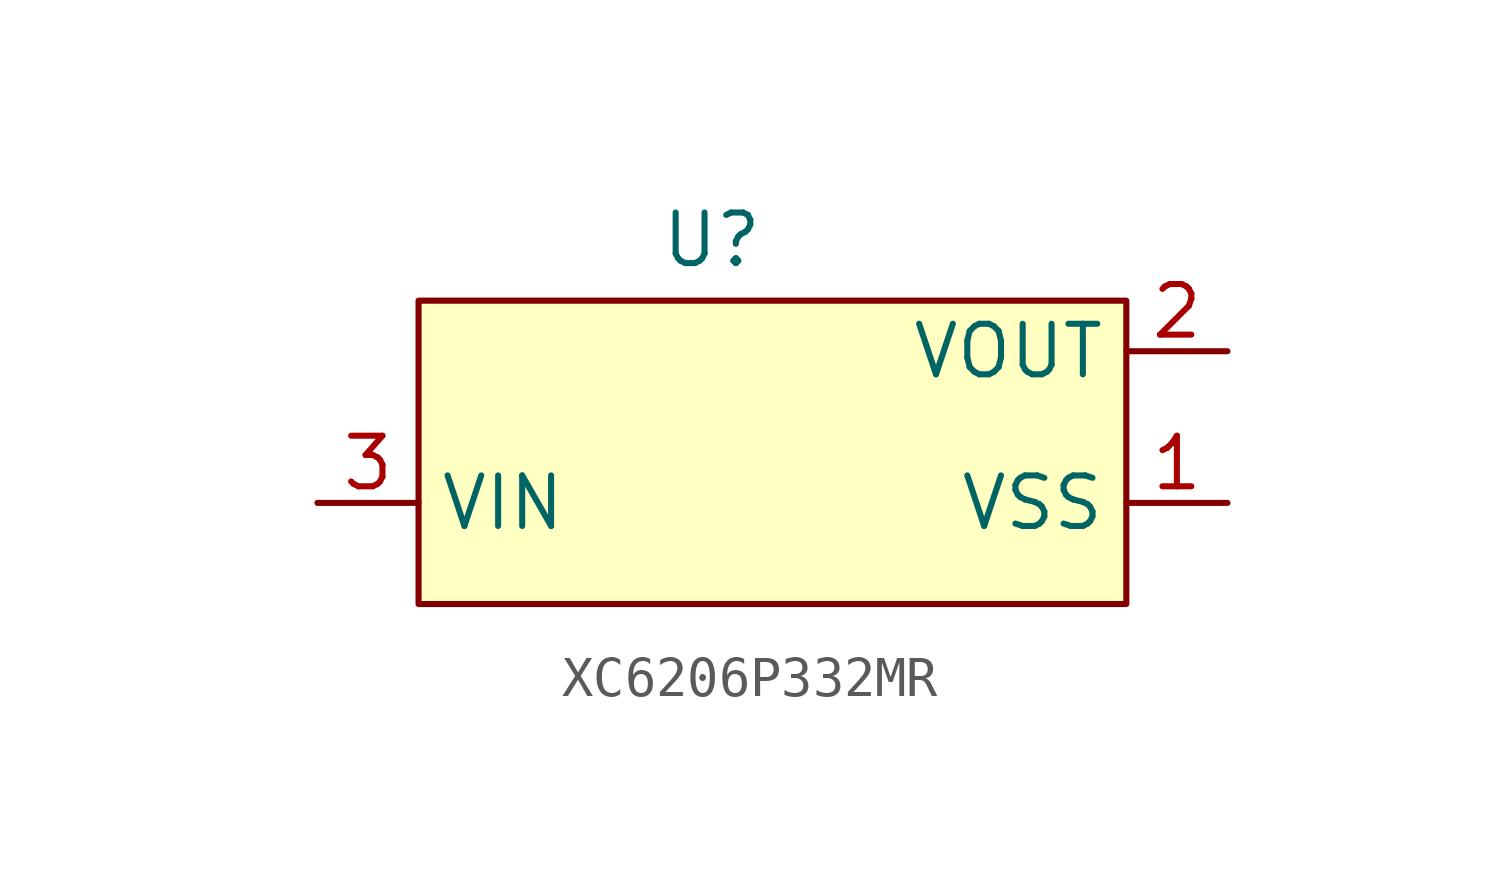
<source format=kicad_sym>
(kicad_symbol_lib
  (version 20231120)
  (generator "kicad_symbol_editor")
  (generator_version "8.0")
  (symbol "XC6206P332MR"
    (property "Reference" "U"
      (at 7.366 9.144 0)
      (effects (font (size 1.27 1.27))))
    (property "Value" ""
      (at -3.81 4.064 0)
      (effects (font (size 1.27 1.27))))
    (symbol "XC6206P332MR_1_1"
      (rectangle (start 0 7.62) (end 17.78 0) (stroke (width 0) (type default)) (fill (type background)))
      (pin power_in line (at 20.32 2.54 180) (length 2.54) (name "VSS" (effects (font (size 1.27 1.27)))) (number "1" (effects (font (size 1.27 1.27)))))
      (pin power_out line (at 20.32 6.35 180) (length 2.54) (name "VOUT" (effects (font (size 1.27 1.27)))) (number "2" (effects (font (size 1.27 1.27)))))
      (pin power_in line (at -2.54 2.54 0) (length 2.54) (name "VIN" (effects (font (size 1.27 1.27)))) (number "3" (effects (font (size 1.27 1.27))))))))
</source>
